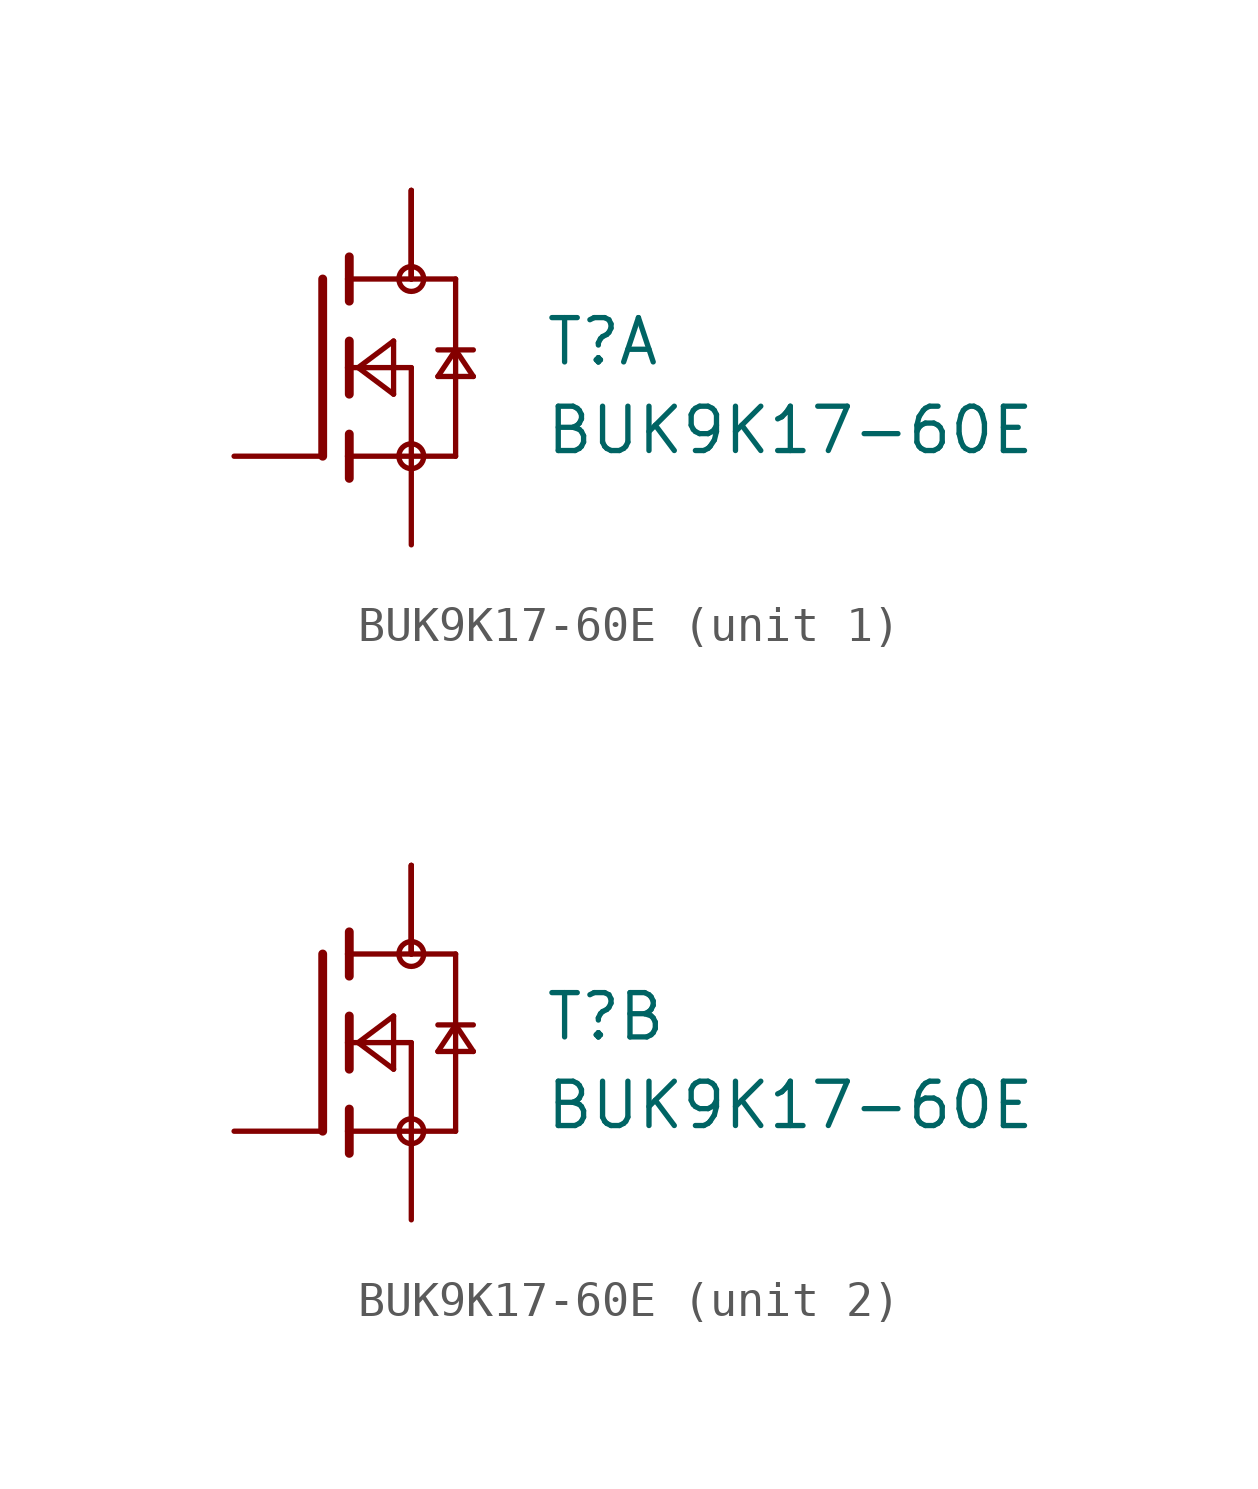
<source format=kicad_sym>
(kicad_symbol_lib
  (version 20211014)
  (generator kicad_symbol_editor)
  (symbol "BUK9K17-60E"
    (pin_numbers hide)
    (pin_names
      (offset 1.016) hide)
    (property "Reference" "T"
      (at 6.35 0 0)
      (effects (font (size 1.27 1.27)) (justify left bottom)))
    (property "Value" "BUK9K17-60E"
      (at 6.35 -2.54 0)
      (effects (font (size 1.27 1.27)) (justify left bottom)))
    (property "ki_locked" ""
      (at 0 0 0)
      (effects (font (size 1.27 1.27))))
    (symbol "BUK9K17-60E_1_0"
      (polyline (pts (xy 0 2.54) (xy 0 -2.54)) (stroke (width 0.254) (type default) (color 0 0 0 0)) (fill (type none)))
      (polyline (pts (xy 0.762 -2.54) (xy 0.762 -3.175)) (stroke (width 0.254) (type default) (color 0 0 0 0)) (fill (type none)))
      (polyline (pts (xy 0.762 -1.905) (xy 0.762 -2.54)) (stroke (width 0.254) (type default) (color 0 0 0 0)) (fill (type none)))
      (polyline (pts (xy 0.762 0) (xy 0.762 -0.762)) (stroke (width 0.254) (type default) (color 0 0 0 0)) (fill (type none)))
      (polyline (pts (xy 0.762 0) (xy 2.54 0)) (stroke (width 0.152) (type default) (color 0 0 0 0)) (fill (type none)))
      (polyline (pts (xy 0.762 0.762) (xy 0.762 0)) (stroke (width 0.254) (type default) (color 0 0 0 0)) (fill (type none)))
      (polyline (pts (xy 0.762 2.54) (xy 0.762 1.905)) (stroke (width 0.254) (type default) (color 0 0 0 0)) (fill (type none)))
      (polyline (pts (xy 0.762 2.54) (xy 3.81 2.54)) (stroke (width 0.152) (type default) (color 0 0 0 0)) (fill (type none)))
      (polyline (pts (xy 0.762 3.175) (xy 0.762 2.54)) (stroke (width 0.254) (type default) (color 0 0 0 0)) (fill (type none)))
      (polyline (pts (xy 1.016 0) (xy 2.032 0.762)) (stroke (width 0.152) (type default) (color 0 0 0 0)) (fill (type none)))
      (polyline (pts (xy 2.032 -0.762) (xy 1.016 0)) (stroke (width 0.152) (type default) (color 0 0 0 0)) (fill (type none)))
      (polyline (pts (xy 2.032 0.762) (xy 2.032 -0.762)) (stroke (width 0.152) (type default) (color 0 0 0 0)) (fill (type none)))
      (polyline (pts (xy 2.54 -2.54) (xy 0.762 -2.54)) (stroke (width 0.152) (type default) (color 0 0 0 0)) (fill (type none)))
      (polyline (pts (xy 2.54 -2.54) (xy 3.81 -2.54)) (stroke (width 0.152) (type default) (color 0 0 0 0)) (fill (type none)))
      (polyline (pts (xy 2.54 0) (xy 2.54 -2.54)) (stroke (width 0.152) (type default) (color 0 0 0 0)) (fill (type none)))
      (polyline (pts (xy 3.302 -0.254) (xy 4.318 -0.254)) (stroke (width 0.152) (type default) (color 0 0 0 0)) (fill (type none)))
      (polyline (pts (xy 3.81 0.508) (xy 3.302 -0.254)) (stroke (width 0.152) (type default) (color 0 0 0 0)) (fill (type none)))
      (polyline (pts (xy 3.81 0.508) (xy 3.302 0.508)) (stroke (width 0.152) (type default) (color 0 0 0 0)) (fill (type none)))
      (polyline (pts (xy 3.81 0.508) (xy 3.81 -2.54)) (stroke (width 0.152) (type default) (color 0 0 0 0)) (fill (type none)))
      (polyline (pts (xy 3.81 2.54) (xy 3.81 0.508)) (stroke (width 0.152) (type default) (color 0 0 0 0)) (fill (type none)))
      (polyline (pts (xy 4.318 -0.254) (xy 3.81 0.508)) (stroke (width 0.152) (type default) (color 0 0 0 0)) (fill (type none)))
      (polyline (pts (xy 4.318 0.508) (xy 3.81 0.508)) (stroke (width 0.152) (type default) (color 0 0 0 0)) (fill (type none)))
      (circle (center 2.54 -2.54) (radius 0.356) (stroke (width 0) (type default) (color 0 0 0 0)) (fill (type none)))
      (circle (center 2.54 2.54) (radius 0.356) (stroke (width 0) (type default) (color 0 0 0 0)) (fill (type none)))
      (pin passive line (at 2.54 -5.08 90) (length 2.54) (name "~" (effects (font (size 1.016 1.016)))) (number "1" (effects (font (size 1.016 1.016)))))
      (pin passive line (at -2.54 -2.54 0) (length 2.54) (name "~" (effects (font (size 1.016 1.016)))) (number "2" (effects (font (size 1.016 1.016)))))
      (pin passive line (at 2.54 5.08 270) (length 2.54) (name "~" (effects (font (size 1.016 1.016)))) (number "7" (effects (font (size 1.016 1.016)))))
      (pin passive line (at 2.54 5.08 270) (length 2.54) (name "~" (effects (font (size 1.016 1.016)))) (number "8" (effects (font (size 1.016 1.016)))))
      (pin passive line (at 2.54 5.08 270) (length 2.54) (name "~" (effects (font (size 1.016 1.016)))) (number "S1" (effects (font (size 1.016 1.016))))))
    (symbol "BUK9K17-60E_2_0"
      (polyline (pts (xy 0 2.54) (xy 0 -2.54)) (stroke (width 0.254) (type default) (color 0 0 0 0)) (fill (type none)))
      (polyline (pts (xy 0.762 -2.54) (xy 0.762 -3.175)) (stroke (width 0.254) (type default) (color 0 0 0 0)) (fill (type none)))
      (polyline (pts (xy 0.762 -1.905) (xy 0.762 -2.54)) (stroke (width 0.254) (type default) (color 0 0 0 0)) (fill (type none)))
      (polyline (pts (xy 0.762 0) (xy 0.762 -0.762)) (stroke (width 0.254) (type default) (color 0 0 0 0)) (fill (type none)))
      (polyline (pts (xy 0.762 0) (xy 2.54 0)) (stroke (width 0.152) (type default) (color 0 0 0 0)) (fill (type none)))
      (polyline (pts (xy 0.762 0.762) (xy 0.762 0)) (stroke (width 0.254) (type default) (color 0 0 0 0)) (fill (type none)))
      (polyline (pts (xy 0.762 2.54) (xy 0.762 1.905)) (stroke (width 0.254) (type default) (color 0 0 0 0)) (fill (type none)))
      (polyline (pts (xy 0.762 2.54) (xy 3.81 2.54)) (stroke (width 0.152) (type default) (color 0 0 0 0)) (fill (type none)))
      (polyline (pts (xy 0.762 3.175) (xy 0.762 2.54)) (stroke (width 0.254) (type default) (color 0 0 0 0)) (fill (type none)))
      (polyline (pts (xy 1.016 0) (xy 2.032 0.762)) (stroke (width 0.152) (type default) (color 0 0 0 0)) (fill (type none)))
      (polyline (pts (xy 2.032 -0.762) (xy 1.016 0)) (stroke (width 0.152) (type default) (color 0 0 0 0)) (fill (type none)))
      (polyline (pts (xy 2.032 0.762) (xy 2.032 -0.762)) (stroke (width 0.152) (type default) (color 0 0 0 0)) (fill (type none)))
      (polyline (pts (xy 2.54 -2.54) (xy 0.762 -2.54)) (stroke (width 0.152) (type default) (color 0 0 0 0)) (fill (type none)))
      (polyline (pts (xy 2.54 -2.54) (xy 3.81 -2.54)) (stroke (width 0.152) (type default) (color 0 0 0 0)) (fill (type none)))
      (polyline (pts (xy 2.54 0) (xy 2.54 -2.54)) (stroke (width 0.152) (type default) (color 0 0 0 0)) (fill (type none)))
      (polyline (pts (xy 3.302 -0.254) (xy 4.318 -0.254)) (stroke (width 0.152) (type default) (color 0 0 0 0)) (fill (type none)))
      (polyline (pts (xy 3.81 0.508) (xy 3.302 -0.254)) (stroke (width 0.152) (type default) (color 0 0 0 0)) (fill (type none)))
      (polyline (pts (xy 3.81 0.508) (xy 3.302 0.508)) (stroke (width 0.152) (type default) (color 0 0 0 0)) (fill (type none)))
      (polyline (pts (xy 3.81 0.508) (xy 3.81 -2.54)) (stroke (width 0.152) (type default) (color 0 0 0 0)) (fill (type none)))
      (polyline (pts (xy 3.81 2.54) (xy 3.81 0.508)) (stroke (width 0.152) (type default) (color 0 0 0 0)) (fill (type none)))
      (polyline (pts (xy 4.318 -0.254) (xy 3.81 0.508)) (stroke (width 0.152) (type default) (color 0 0 0 0)) (fill (type none)))
      (polyline (pts (xy 4.318 0.508) (xy 3.81 0.508)) (stroke (width 0.152) (type default) (color 0 0 0 0)) (fill (type none)))
      (circle (center 2.54 -2.54) (radius 0.356) (stroke (width 0) (type default) (color 0 0 0 0)) (fill (type none)))
      (circle (center 2.54 2.54) (radius 0.356) (stroke (width 0) (type default) (color 0 0 0 0)) (fill (type none)))
      (pin passive line (at 2.54 -5.08 90) (length 2.54) (name "~" (effects (font (size 1.016 1.016)))) (number "3" (effects (font (size 1.016 1.016)))))
      (pin passive line (at -2.54 -2.54 0) (length 2.54) (name "~" (effects (font (size 1.016 1.016)))) (number "4" (effects (font (size 1.016 1.016)))))
      (pin passive line (at 2.54 5.08 270) (length 2.54) (name "~" (effects (font (size 1.016 1.016)))) (number "5" (effects (font (size 1.016 1.016)))))
      (pin passive line (at 2.54 5.08 270) (length 2.54) (name "~" (effects (font (size 1.016 1.016)))) (number "6" (effects (font (size 1.016 1.016)))))
      (pin passive line (at 2.54 5.08 270) (length 2.54) (name "~" (effects (font (size 1.016 1.016)))) (number "S2" (effects (font (size 1.016 1.016))))))))
</source>
